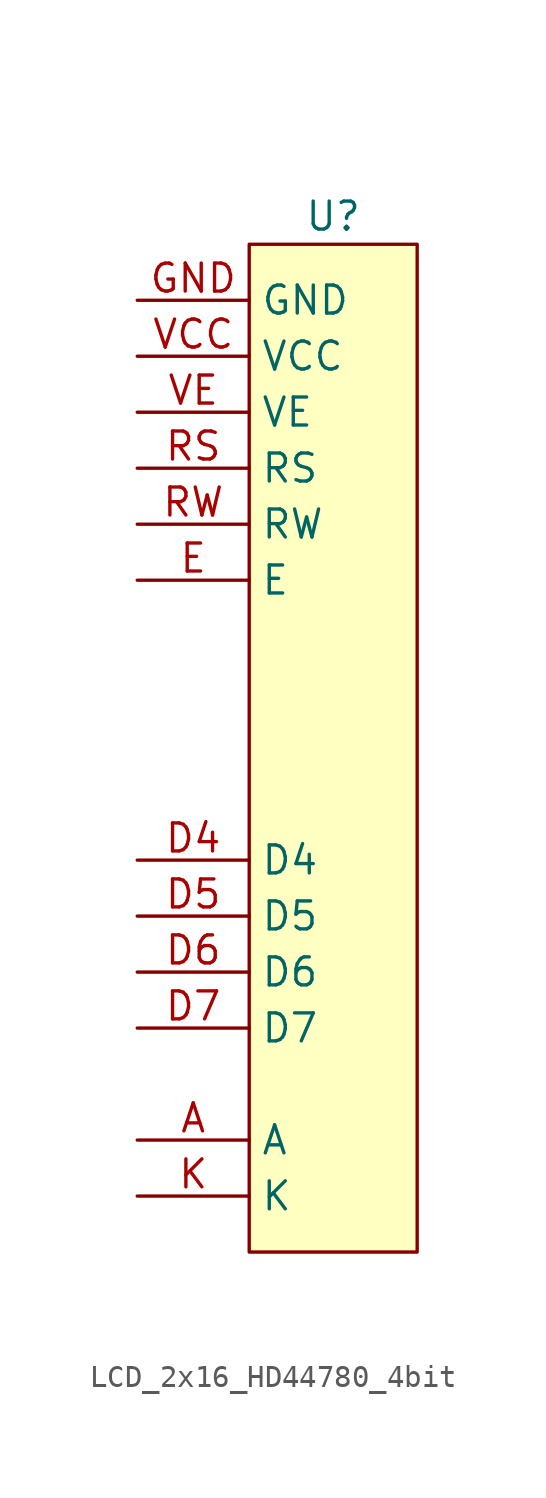
<source format=kicad_sym>
(kicad_symbol_lib
  (version 20211014)
  (generator kicad_symbol_editor)
  (symbol "LCD_2x16_HD44780_4bit"
    (property "Reference" "U"
      (at 0 22.86 0)
      (effects (font (size 1.27 1.27))))
    (symbol "LCD_2x16_HD44780_4bit_0_1"
      (rectangle (start -3.81 21.59) (end 3.81 -24.13) (stroke (width 0) (type default) (color 0 0 0 0)) (fill (type background))))
    (symbol "LCD_2x16_HD44780_4bit_1_1"
      (pin passive line (at -8.89 -19.05 0) (length 5.08) (name "A" (effects (font (size 1.27 1.27)))) (number "A" (effects (font (size 1.27 1.27)))))
      (pin no_connect line (at -8.89 3.81 0) (length 5.08) hide (name "D0" (effects (font (size 1.27 1.27)))) (number "D0" (effects (font (size 1.27 1.27)))))
      (pin no_connect line (at -8.89 1.27 0) (length 5.08) hide (name "D1" (effects (font (size 1.27 1.27)))) (number "D1" (effects (font (size 1.27 1.27)))))
      (pin no_connect line (at -8.89 -1.27 0) (length 5.08) hide (name "D2" (effects (font (size 1.27 1.27)))) (number "D2" (effects (font (size 1.27 1.27)))))
      (pin no_connect line (at -8.89 -3.81 0) (length 5.08) hide (name "D3" (effects (font (size 1.27 1.27)))) (number "D3" (effects (font (size 1.27 1.27)))))
      (pin passive line (at -8.89 -6.35 0) (length 5.08) (name "D4" (effects (font (size 1.27 1.27)))) (number "D4" (effects (font (size 1.27 1.27)))))
      (pin passive line (at -8.89 -8.89 0) (length 5.08) (name "D5" (effects (font (size 1.27 1.27)))) (number "D5" (effects (font (size 1.27 1.27)))))
      (pin passive line (at -8.89 -11.43 0) (length 5.08) (name "D6" (effects (font (size 1.27 1.27)))) (number "D6" (effects (font (size 1.27 1.27)))))
      (pin passive line (at -8.89 -13.97 0) (length 5.08) (name "D7" (effects (font (size 1.27 1.27)))) (number "D7" (effects (font (size 1.27 1.27)))))
      (pin passive line (at -8.89 6.35 0) (length 5.08) (name "E" (effects (font (size 1.27 1.27)))) (number "E" (effects (font (size 1.27 1.27)))))
      (pin passive line (at -8.89 19.05 0) (length 5.08) (name "GND" (effects (font (size 1.27 1.27)))) (number "GND" (effects (font (size 1.27 1.27)))))
      (pin passive line (at -8.89 -21.59 0) (length 5.08) (name "K" (effects (font (size 1.27 1.27)))) (number "K" (effects (font (size 1.27 1.27)))))
      (pin passive line (at -8.89 11.43 0) (length 5.08) (name "RS" (effects (font (size 1.27 1.27)))) (number "RS" (effects (font (size 1.27 1.27)))))
      (pin passive line (at -8.89 8.89 0) (length 5.08) (name "RW" (effects (font (size 1.27 1.27)))) (number "RW" (effects (font (size 1.27 1.27)))))
      (pin passive line (at -8.89 16.51 0) (length 5.08) (name "VCC" (effects (font (size 1.27 1.27)))) (number "VCC" (effects (font (size 1.27 1.27)))))
      (pin passive line (at -8.89 13.97 0) (length 5.08) (name "VE" (effects (font (size 1.27 1.27)))) (number "VE" (effects (font (size 1.27 1.27))))))))
</source>
